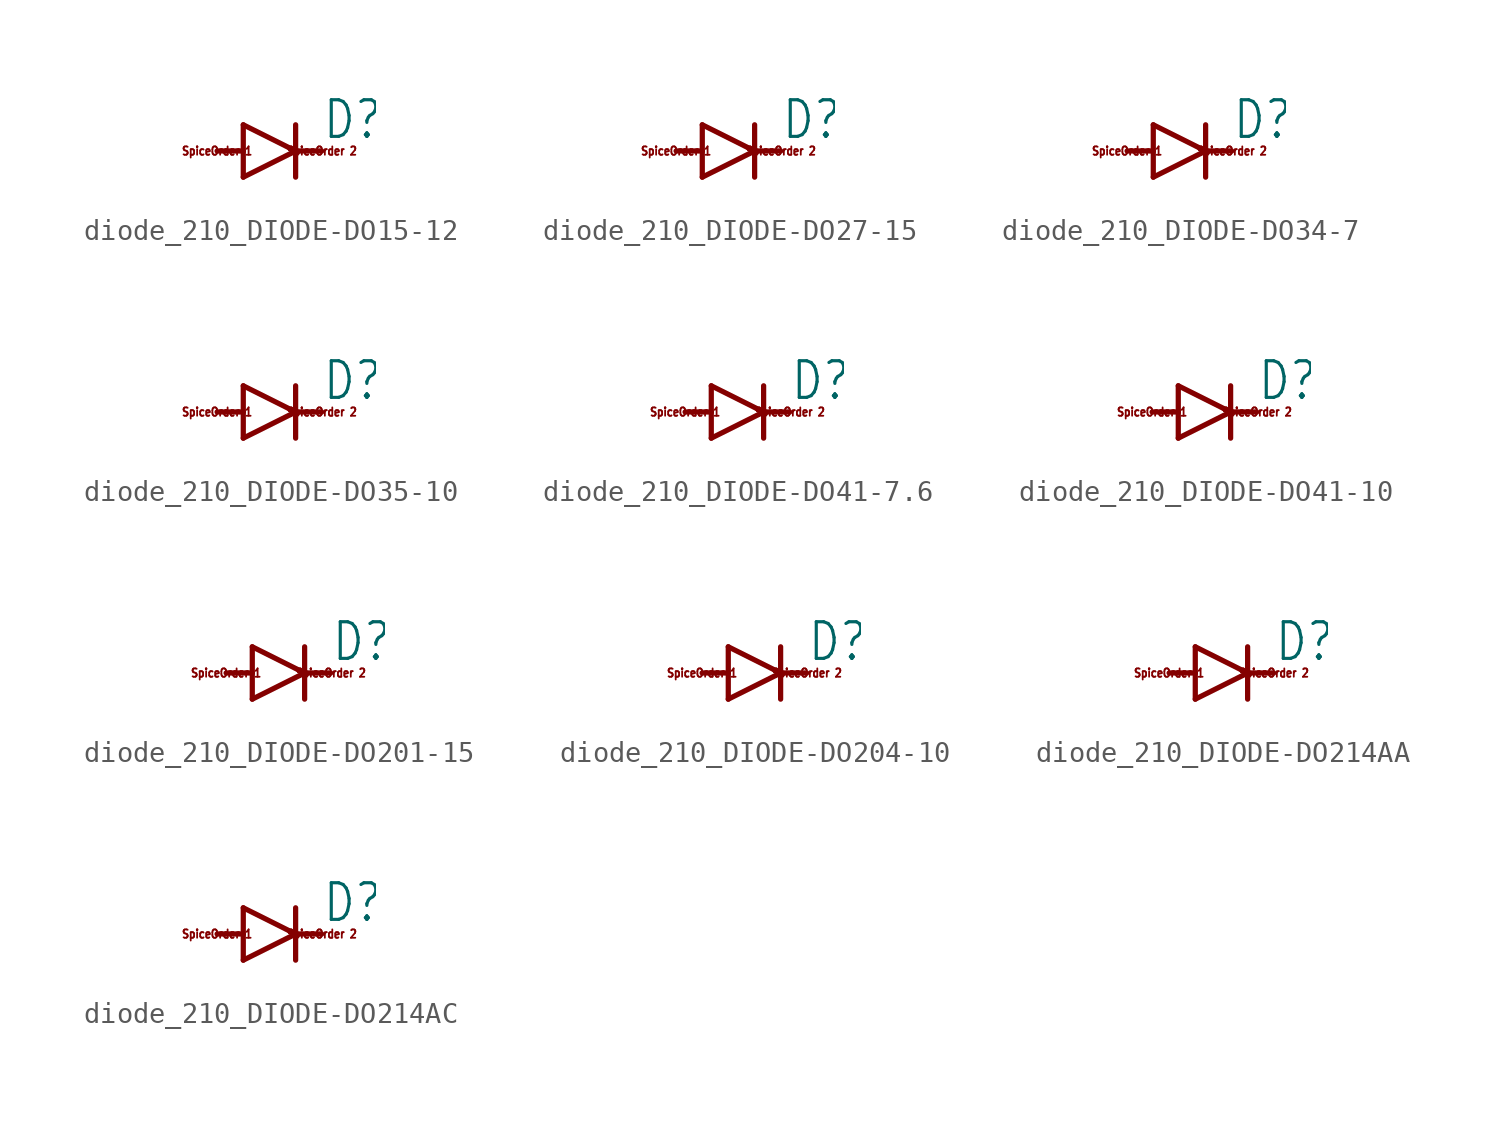
<source format=kicad_sym>
(kicad_symbol_lib
  (version 20241209)
  (generator "kicad_symbol_editor")
  (generator_version "9.0")
  (symbol "diode_210_DIODE-DO15-12"
    (property "Reference" "D"
      (at 2.54 0.483 0)
      (effects (font (size 1.778 1.511)) (justify left bottom)))
    (property "Value" ""
      (at 2.54 -2.311 0)
      (effects (font (size 1.778 1.511)) (justify left bottom)))
    (property "ki_locked" ""
      (at 0 0 0)
      (effects (font (size 1.27 1.27))))
    (symbol "diode_210_DIODE-DO15-12_1_0"
      (polyline (pts (xy -1.27 1.27) (xy -1.27 0)) (stroke (width 0.254) (type solid)) (fill (type none)))
      (polyline (pts (xy -1.27 0) (xy -2.54 0)) (stroke (width 0.254) (type solid)) (fill (type none)))
      (polyline (pts (xy -1.27 0) (xy -1.27 -1.27)) (stroke (width 0.254) (type solid)) (fill (type none)))
      (polyline (pts (xy -1.27 -1.27) (xy 1.27 0)) (stroke (width 0.254) (type solid)) (fill (type none)))
      (polyline (pts (xy 1.27 1.27) (xy 1.27 0)) (stroke (width 0.254) (type solid)) (fill (type none)))
      (polyline (pts (xy 1.27 0) (xy -1.27 1.27)) (stroke (width 0.254) (type solid)) (fill (type none)))
      (polyline (pts (xy 1.27 0) (xy 1.27 -1.27)) (stroke (width 0.254) (type solid)) (fill (type none)))
      (polyline (pts (xy 2.54 0) (xy 1.27 0)) (stroke (width 0.254) (type solid)) (fill (type none)))
      (text "SpiceOrder 1" (at -2.54 0 0) (effects (font (size 0.406 0.345))))
      (text "SpiceOrder 2" (at 2.54 0 0) (effects (font (size 0.406 0.345))))
      (pin passive line (at -2.54 0 0) (length 0) (name "A" (effects (font (size 0 0)))) (number "A" (effects (font (size 0 0)))))
      (pin passive line (at 2.54 0 180) (length 0) (name "C" (effects (font (size 0 0)))) (number "C" (effects (font (size 0 0)))))))
  (symbol "diode_210_DIODE-DO27-15"
    (property "Reference" "D"
      (at 2.54 0.483 0)
      (effects (font (size 1.778 1.511)) (justify left bottom)))
    (property "Value" ""
      (at 2.54 -2.311 0)
      (effects (font (size 1.778 1.511)) (justify left bottom)))
    (property "ki_locked" ""
      (at 0 0 0)
      (effects (font (size 1.27 1.27))))
    (symbol "diode_210_DIODE-DO27-15_1_0"
      (polyline (pts (xy -1.27 1.27) (xy -1.27 0)) (stroke (width 0.254) (type solid)) (fill (type none)))
      (polyline (pts (xy -1.27 0) (xy -2.54 0)) (stroke (width 0.254) (type solid)) (fill (type none)))
      (polyline (pts (xy -1.27 0) (xy -1.27 -1.27)) (stroke (width 0.254) (type solid)) (fill (type none)))
      (polyline (pts (xy -1.27 -1.27) (xy 1.27 0)) (stroke (width 0.254) (type solid)) (fill (type none)))
      (polyline (pts (xy 1.27 1.27) (xy 1.27 0)) (stroke (width 0.254) (type solid)) (fill (type none)))
      (polyline (pts (xy 1.27 0) (xy -1.27 1.27)) (stroke (width 0.254) (type solid)) (fill (type none)))
      (polyline (pts (xy 1.27 0) (xy 1.27 -1.27)) (stroke (width 0.254) (type solid)) (fill (type none)))
      (polyline (pts (xy 2.54 0) (xy 1.27 0)) (stroke (width 0.254) (type solid)) (fill (type none)))
      (text "SpiceOrder 1" (at -2.54 0 0) (effects (font (size 0.406 0.345))))
      (text "SpiceOrder 2" (at 2.54 0 0) (effects (font (size 0.406 0.345))))
      (pin passive line (at -2.54 0 0) (length 0) (name "A" (effects (font (size 0 0)))) (number "A" (effects (font (size 0 0)))))
      (pin passive line (at 2.54 0 180) (length 0) (name "C" (effects (font (size 0 0)))) (number "C" (effects (font (size 0 0)))))))
  (symbol "diode_210_DIODE-DO34-7"
    (property "Reference" "D"
      (at 2.54 0.483 0)
      (effects (font (size 1.778 1.511)) (justify left bottom)))
    (property "Value" ""
      (at 2.54 -2.311 0)
      (effects (font (size 1.778 1.511)) (justify left bottom)))
    (property "ki_locked" ""
      (at 0 0 0)
      (effects (font (size 1.27 1.27))))
    (symbol "diode_210_DIODE-DO34-7_1_0"
      (polyline (pts (xy -1.27 1.27) (xy -1.27 0)) (stroke (width 0.254) (type solid)) (fill (type none)))
      (polyline (pts (xy -1.27 0) (xy -2.54 0)) (stroke (width 0.254) (type solid)) (fill (type none)))
      (polyline (pts (xy -1.27 0) (xy -1.27 -1.27)) (stroke (width 0.254) (type solid)) (fill (type none)))
      (polyline (pts (xy -1.27 -1.27) (xy 1.27 0)) (stroke (width 0.254) (type solid)) (fill (type none)))
      (polyline (pts (xy 1.27 1.27) (xy 1.27 0)) (stroke (width 0.254) (type solid)) (fill (type none)))
      (polyline (pts (xy 1.27 0) (xy -1.27 1.27)) (stroke (width 0.254) (type solid)) (fill (type none)))
      (polyline (pts (xy 1.27 0) (xy 1.27 -1.27)) (stroke (width 0.254) (type solid)) (fill (type none)))
      (polyline (pts (xy 2.54 0) (xy 1.27 0)) (stroke (width 0.254) (type solid)) (fill (type none)))
      (text "SpiceOrder 1" (at -2.54 0 0) (effects (font (size 0.406 0.345))))
      (text "SpiceOrder 2" (at 2.54 0 0) (effects (font (size 0.406 0.345))))
      (pin passive line (at -2.54 0 0) (length 0) (name "A" (effects (font (size 0 0)))) (number "A" (effects (font (size 0 0)))))
      (pin passive line (at 2.54 0 180) (length 0) (name "C" (effects (font (size 0 0)))) (number "C" (effects (font (size 0 0)))))))
  (symbol "diode_210_DIODE-DO35-10"
    (property "Reference" "D"
      (at 2.54 0.483 0)
      (effects (font (size 1.778 1.511)) (justify left bottom)))
    (property "Value" ""
      (at 2.54 -2.311 0)
      (effects (font (size 1.778 1.511)) (justify left bottom)))
    (property "ki_locked" ""
      (at 0 0 0)
      (effects (font (size 1.27 1.27))))
    (symbol "diode_210_DIODE-DO35-10_1_0"
      (polyline (pts (xy -1.27 1.27) (xy -1.27 0)) (stroke (width 0.254) (type solid)) (fill (type none)))
      (polyline (pts (xy -1.27 0) (xy -2.54 0)) (stroke (width 0.254) (type solid)) (fill (type none)))
      (polyline (pts (xy -1.27 0) (xy -1.27 -1.27)) (stroke (width 0.254) (type solid)) (fill (type none)))
      (polyline (pts (xy -1.27 -1.27) (xy 1.27 0)) (stroke (width 0.254) (type solid)) (fill (type none)))
      (polyline (pts (xy 1.27 1.27) (xy 1.27 0)) (stroke (width 0.254) (type solid)) (fill (type none)))
      (polyline (pts (xy 1.27 0) (xy -1.27 1.27)) (stroke (width 0.254) (type solid)) (fill (type none)))
      (polyline (pts (xy 1.27 0) (xy 1.27 -1.27)) (stroke (width 0.254) (type solid)) (fill (type none)))
      (polyline (pts (xy 2.54 0) (xy 1.27 0)) (stroke (width 0.254) (type solid)) (fill (type none)))
      (text "SpiceOrder 1" (at -2.54 0 0) (effects (font (size 0.406 0.345))))
      (text "SpiceOrder 2" (at 2.54 0 0) (effects (font (size 0.406 0.345))))
      (pin passive line (at -2.54 0 0) (length 0) (name "A" (effects (font (size 0 0)))) (number "A" (effects (font (size 0 0)))))
      (pin passive line (at 2.54 0 180) (length 0) (name "C" (effects (font (size 0 0)))) (number "C" (effects (font (size 0 0)))))))
  (symbol "diode_210_DIODE-DO41-7.6"
    (property "Reference" "D"
      (at 2.54 0.483 0)
      (effects (font (size 1.778 1.511)) (justify left bottom)))
    (property "Value" ""
      (at 2.54 -2.311 0)
      (effects (font (size 1.778 1.511)) (justify left bottom)))
    (property "ki_locked" ""
      (at 0 0 0)
      (effects (font (size 1.27 1.27))))
    (symbol "diode_210_DIODE-DO41-7.6_1_0"
      (polyline (pts (xy -1.27 1.27) (xy -1.27 0)) (stroke (width 0.254) (type solid)) (fill (type none)))
      (polyline (pts (xy -1.27 0) (xy -2.54 0)) (stroke (width 0.254) (type solid)) (fill (type none)))
      (polyline (pts (xy -1.27 0) (xy -1.27 -1.27)) (stroke (width 0.254) (type solid)) (fill (type none)))
      (polyline (pts (xy -1.27 -1.27) (xy 1.27 0)) (stroke (width 0.254) (type solid)) (fill (type none)))
      (polyline (pts (xy 1.27 1.27) (xy 1.27 0)) (stroke (width 0.254) (type solid)) (fill (type none)))
      (polyline (pts (xy 1.27 0) (xy -1.27 1.27)) (stroke (width 0.254) (type solid)) (fill (type none)))
      (polyline (pts (xy 1.27 0) (xy 1.27 -1.27)) (stroke (width 0.254) (type solid)) (fill (type none)))
      (polyline (pts (xy 2.54 0) (xy 1.27 0)) (stroke (width 0.254) (type solid)) (fill (type none)))
      (text "SpiceOrder 1" (at -2.54 0 0) (effects (font (size 0.406 0.345))))
      (text "SpiceOrder 2" (at 2.54 0 0) (effects (font (size 0.406 0.345))))
      (pin passive line (at -2.54 0 0) (length 0) (name "A" (effects (font (size 0 0)))) (number "A" (effects (font (size 0 0)))))
      (pin passive line (at 2.54 0 180) (length 0) (name "C" (effects (font (size 0 0)))) (number "C" (effects (font (size 0 0)))))))
  (symbol "diode_210_DIODE-DO41-10"
    (property "Reference" "D"
      (at 2.54 0.483 0)
      (effects (font (size 1.778 1.511)) (justify left bottom)))
    (property "Value" ""
      (at 2.54 -2.311 0)
      (effects (font (size 1.778 1.511)) (justify left bottom)))
    (property "ki_locked" ""
      (at 0 0 0)
      (effects (font (size 1.27 1.27))))
    (symbol "diode_210_DIODE-DO41-10_1_0"
      (polyline (pts (xy -1.27 1.27) (xy -1.27 0)) (stroke (width 0.254) (type solid)) (fill (type none)))
      (polyline (pts (xy -1.27 0) (xy -2.54 0)) (stroke (width 0.254) (type solid)) (fill (type none)))
      (polyline (pts (xy -1.27 0) (xy -1.27 -1.27)) (stroke (width 0.254) (type solid)) (fill (type none)))
      (polyline (pts (xy -1.27 -1.27) (xy 1.27 0)) (stroke (width 0.254) (type solid)) (fill (type none)))
      (polyline (pts (xy 1.27 1.27) (xy 1.27 0)) (stroke (width 0.254) (type solid)) (fill (type none)))
      (polyline (pts (xy 1.27 0) (xy -1.27 1.27)) (stroke (width 0.254) (type solid)) (fill (type none)))
      (polyline (pts (xy 1.27 0) (xy 1.27 -1.27)) (stroke (width 0.254) (type solid)) (fill (type none)))
      (polyline (pts (xy 2.54 0) (xy 1.27 0)) (stroke (width 0.254) (type solid)) (fill (type none)))
      (text "SpiceOrder 1" (at -2.54 0 0) (effects (font (size 0.406 0.345))))
      (text "SpiceOrder 2" (at 2.54 0 0) (effects (font (size 0.406 0.345))))
      (pin passive line (at -2.54 0 0) (length 0) (name "A" (effects (font (size 0 0)))) (number "A" (effects (font (size 0 0)))))
      (pin passive line (at 2.54 0 180) (length 0) (name "C" (effects (font (size 0 0)))) (number "C" (effects (font (size 0 0)))))))
  (symbol "diode_210_DIODE-DO201-15"
    (property "Reference" "D"
      (at 2.54 0.483 0)
      (effects (font (size 1.778 1.511)) (justify left bottom)))
    (property "Value" ""
      (at 2.54 -2.311 0)
      (effects (font (size 1.778 1.511)) (justify left bottom)))
    (property "ki_locked" ""
      (at 0 0 0)
      (effects (font (size 1.27 1.27))))
    (symbol "diode_210_DIODE-DO201-15_1_0"
      (polyline (pts (xy -1.27 1.27) (xy -1.27 0)) (stroke (width 0.254) (type solid)) (fill (type none)))
      (polyline (pts (xy -1.27 0) (xy -2.54 0)) (stroke (width 0.254) (type solid)) (fill (type none)))
      (polyline (pts (xy -1.27 0) (xy -1.27 -1.27)) (stroke (width 0.254) (type solid)) (fill (type none)))
      (polyline (pts (xy -1.27 -1.27) (xy 1.27 0)) (stroke (width 0.254) (type solid)) (fill (type none)))
      (polyline (pts (xy 1.27 1.27) (xy 1.27 0)) (stroke (width 0.254) (type solid)) (fill (type none)))
      (polyline (pts (xy 1.27 0) (xy -1.27 1.27)) (stroke (width 0.254) (type solid)) (fill (type none)))
      (polyline (pts (xy 1.27 0) (xy 1.27 -1.27)) (stroke (width 0.254) (type solid)) (fill (type none)))
      (polyline (pts (xy 2.54 0) (xy 1.27 0)) (stroke (width 0.254) (type solid)) (fill (type none)))
      (text "SpiceOrder 1" (at -2.54 0 0) (effects (font (size 0.406 0.345))))
      (text "SpiceOrder 2" (at 2.54 0 0) (effects (font (size 0.406 0.345))))
      (pin passive line (at -2.54 0 0) (length 0) (name "A" (effects (font (size 0 0)))) (number "A" (effects (font (size 0 0)))))
      (pin passive line (at 2.54 0 180) (length 0) (name "C" (effects (font (size 0 0)))) (number "C" (effects (font (size 0 0)))))))
  (symbol "diode_210_DIODE-DO204-10"
    (property "Reference" "D"
      (at 2.54 0.483 0)
      (effects (font (size 1.778 1.511)) (justify left bottom)))
    (property "Value" ""
      (at 2.54 -2.311 0)
      (effects (font (size 1.778 1.511)) (justify left bottom)))
    (property "ki_locked" ""
      (at 0 0 0)
      (effects (font (size 1.27 1.27))))
    (symbol "diode_210_DIODE-DO204-10_1_0"
      (polyline (pts (xy -1.27 1.27) (xy -1.27 0)) (stroke (width 0.254) (type solid)) (fill (type none)))
      (polyline (pts (xy -1.27 0) (xy -2.54 0)) (stroke (width 0.254) (type solid)) (fill (type none)))
      (polyline (pts (xy -1.27 0) (xy -1.27 -1.27)) (stroke (width 0.254) (type solid)) (fill (type none)))
      (polyline (pts (xy -1.27 -1.27) (xy 1.27 0)) (stroke (width 0.254) (type solid)) (fill (type none)))
      (polyline (pts (xy 1.27 1.27) (xy 1.27 0)) (stroke (width 0.254) (type solid)) (fill (type none)))
      (polyline (pts (xy 1.27 0) (xy -1.27 1.27)) (stroke (width 0.254) (type solid)) (fill (type none)))
      (polyline (pts (xy 1.27 0) (xy 1.27 -1.27)) (stroke (width 0.254) (type solid)) (fill (type none)))
      (polyline (pts (xy 2.54 0) (xy 1.27 0)) (stroke (width 0.254) (type solid)) (fill (type none)))
      (text "SpiceOrder 1" (at -2.54 0 0) (effects (font (size 0.406 0.345))))
      (text "SpiceOrder 2" (at 2.54 0 0) (effects (font (size 0.406 0.345))))
      (pin passive line (at -2.54 0 0) (length 0) (name "A" (effects (font (size 0 0)))) (number "A" (effects (font (size 0 0)))))
      (pin passive line (at 2.54 0 180) (length 0) (name "C" (effects (font (size 0 0)))) (number "C" (effects (font (size 0 0)))))))
  (symbol "diode_210_DIODE-DO214AA"
    (property "Reference" "D"
      (at 2.54 0.483 0)
      (effects (font (size 1.778 1.511)) (justify left bottom)))
    (property "Value" ""
      (at 2.54 -2.311 0)
      (effects (font (size 1.778 1.511)) (justify left bottom)))
    (property "ki_locked" ""
      (at 0 0 0)
      (effects (font (size 1.27 1.27))))
    (symbol "diode_210_DIODE-DO214AA_1_0"
      (polyline (pts (xy -1.27 1.27) (xy -1.27 0)) (stroke (width 0.254) (type solid)) (fill (type none)))
      (polyline (pts (xy -1.27 0) (xy -2.54 0)) (stroke (width 0.254) (type solid)) (fill (type none)))
      (polyline (pts (xy -1.27 0) (xy -1.27 -1.27)) (stroke (width 0.254) (type solid)) (fill (type none)))
      (polyline (pts (xy -1.27 -1.27) (xy 1.27 0)) (stroke (width 0.254) (type solid)) (fill (type none)))
      (polyline (pts (xy 1.27 1.27) (xy 1.27 0)) (stroke (width 0.254) (type solid)) (fill (type none)))
      (polyline (pts (xy 1.27 0) (xy -1.27 1.27)) (stroke (width 0.254) (type solid)) (fill (type none)))
      (polyline (pts (xy 1.27 0) (xy 1.27 -1.27)) (stroke (width 0.254) (type solid)) (fill (type none)))
      (polyline (pts (xy 2.54 0) (xy 1.27 0)) (stroke (width 0.254) (type solid)) (fill (type none)))
      (text "SpiceOrder 1" (at -2.54 0 0) (effects (font (size 0.406 0.345))))
      (text "SpiceOrder 2" (at 2.54 0 0) (effects (font (size 0.406 0.345))))
      (pin passive line (at -2.54 0 0) (length 0) (name "A" (effects (font (size 0 0)))) (number "A" (effects (font (size 0 0)))))
      (pin passive line (at 2.54 0 180) (length 0) (name "C" (effects (font (size 0 0)))) (number "C" (effects (font (size 0 0)))))))
  (symbol "diode_210_DIODE-DO214AC"
    (property "Reference" "D"
      (at 2.54 0.483 0)
      (effects (font (size 1.778 1.511)) (justify left bottom)))
    (property "Value" ""
      (at 2.54 -2.311 0)
      (effects (font (size 1.778 1.511)) (justify left bottom)))
    (property "ki_locked" ""
      (at 0 0 0)
      (effects (font (size 1.27 1.27))))
    (symbol "diode_210_DIODE-DO214AC_1_0"
      (polyline (pts (xy -1.27 1.27) (xy -1.27 0)) (stroke (width 0.254) (type solid)) (fill (type none)))
      (polyline (pts (xy -1.27 0) (xy -2.54 0)) (stroke (width 0.254) (type solid)) (fill (type none)))
      (polyline (pts (xy -1.27 0) (xy -1.27 -1.27)) (stroke (width 0.254) (type solid)) (fill (type none)))
      (polyline (pts (xy -1.27 -1.27) (xy 1.27 0)) (stroke (width 0.254) (type solid)) (fill (type none)))
      (polyline (pts (xy 1.27 1.27) (xy 1.27 0)) (stroke (width 0.254) (type solid)) (fill (type none)))
      (polyline (pts (xy 1.27 0) (xy -1.27 1.27)) (stroke (width 0.254) (type solid)) (fill (type none)))
      (polyline (pts (xy 1.27 0) (xy 1.27 -1.27)) (stroke (width 0.254) (type solid)) (fill (type none)))
      (polyline (pts (xy 2.54 0) (xy 1.27 0)) (stroke (width 0.254) (type solid)) (fill (type none)))
      (text "SpiceOrder 1" (at -2.54 0 0) (effects (font (size 0.406 0.345))))
      (text "SpiceOrder 2" (at 2.54 0 0) (effects (font (size 0.406 0.345))))
      (pin passive line (at -2.54 0 0) (length 0) (name "A" (effects (font (size 0 0)))) (number "A" (effects (font (size 0 0)))))
      (pin passive line (at 2.54 0 180) (length 0) (name "C" (effects (font (size 0 0)))) (number "C" (effects (font (size 0 0))))))))
</source>
